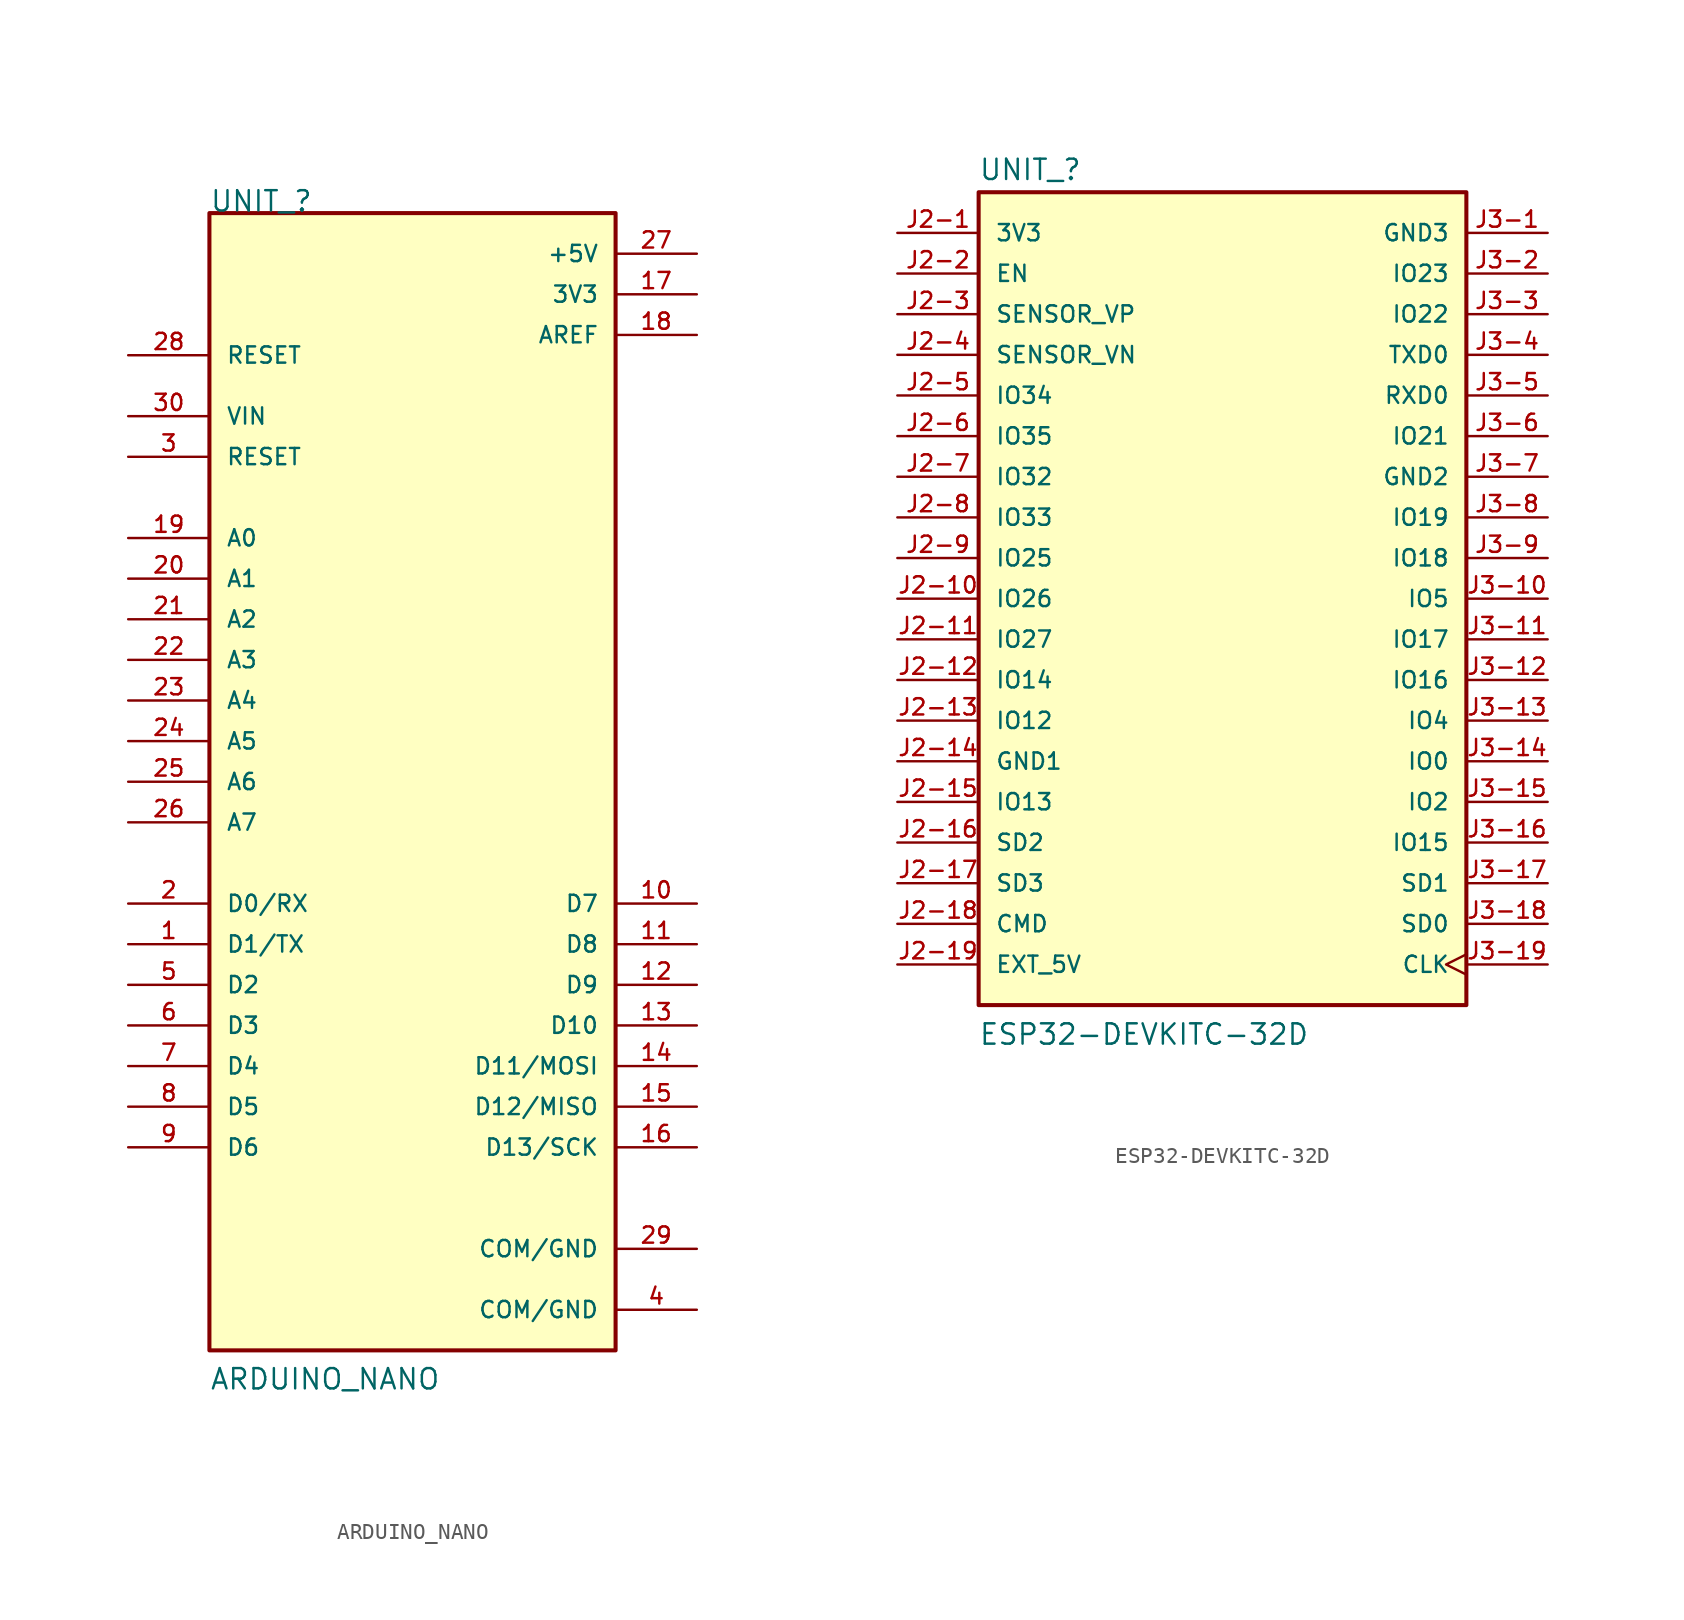
<source format=kicad_sym>
(kicad_symbol_lib
  (version 20231120)
  (generator "kicad_symbol_editor")
  (generator_version "8.0")
  (symbol "ARDUINO_NANO"
    (pin_names
      (offset 1.016))
    (property "Reference" "UNIT_"
      (at -12.7 35.56 0)
      (effects (font (size 1.27 1.27)) (justify left bottom)))
    (property "Value" "ARDUINO_NANO"
      (at -12.7 -38.1 0)
      (effects (font (size 1.27 1.27)) (justify left bottom)))
    (symbol "ARDUINO_NANO_0_0"
      (rectangle (start -12.7 35.56) (end 12.7 -35.56) (stroke (width 0.254) (type default)) (fill (type background)))
      (pin bidirectional line (at -17.78 -10.16 0) (length 5.08) (name "D1/TX" (effects (font (size 1.016 1.016)))) (number "1" (effects (font (size 1.016 1.016)))))
      (pin bidirectional line (at 17.78 -7.62 180) (length 5.08) (name "D7" (effects (font (size 1.016 1.016)))) (number "10" (effects (font (size 1.016 1.016)))))
      (pin bidirectional line (at 17.78 -10.16 180) (length 5.08) (name "D8" (effects (font (size 1.016 1.016)))) (number "11" (effects (font (size 1.016 1.016)))))
      (pin bidirectional line (at 17.78 -12.7 180) (length 5.08) (name "D9" (effects (font (size 1.016 1.016)))) (number "12" (effects (font (size 1.016 1.016)))))
      (pin bidirectional line (at 17.78 -15.24 180) (length 5.08) (name "D10" (effects (font (size 1.016 1.016)))) (number "13" (effects (font (size 1.016 1.016)))))
      (pin bidirectional line (at 17.78 -17.78 180) (length 5.08) (name "D11/MOSI" (effects (font (size 1.016 1.016)))) (number "14" (effects (font (size 1.016 1.016)))))
      (pin bidirectional line (at 17.78 -20.32 180) (length 5.08) (name "D12/MISO" (effects (font (size 1.016 1.016)))) (number "15" (effects (font (size 1.016 1.016)))))
      (pin bidirectional line (at 17.78 -22.86 180) (length 5.08) (name "D13/SCK" (effects (font (size 1.016 1.016)))) (number "16" (effects (font (size 1.016 1.016)))))
      (pin power_in line (at 17.78 30.48 180) (length 5.08) (name "3V3" (effects (font (size 1.016 1.016)))) (number "17" (effects (font (size 1.016 1.016)))))
      (pin power_in line (at 17.78 27.94 180) (length 5.08) (name "AREF" (effects (font (size 1.016 1.016)))) (number "18" (effects (font (size 1.016 1.016)))))
      (pin input line (at -17.78 15.24 0) (length 5.08) (name "A0" (effects (font (size 1.016 1.016)))) (number "19" (effects (font (size 1.016 1.016)))))
      (pin bidirectional line (at -17.78 -7.62 0) (length 5.08) (name "D0/RX" (effects (font (size 1.016 1.016)))) (number "2" (effects (font (size 1.016 1.016)))))
      (pin input line (at -17.78 12.7 0) (length 5.08) (name "A1" (effects (font (size 1.016 1.016)))) (number "20" (effects (font (size 1.016 1.016)))))
      (pin input line (at -17.78 10.16 0) (length 5.08) (name "A2" (effects (font (size 1.016 1.016)))) (number "21" (effects (font (size 1.016 1.016)))))
      (pin input line (at -17.78 7.62 0) (length 5.08) (name "A3" (effects (font (size 1.016 1.016)))) (number "22" (effects (font (size 1.016 1.016)))))
      (pin input line (at -17.78 5.08 0) (length 5.08) (name "A4" (effects (font (size 1.016 1.016)))) (number "23" (effects (font (size 1.016 1.016)))))
      (pin input line (at -17.78 2.54 0) (length 5.08) (name "A5" (effects (font (size 1.016 1.016)))) (number "24" (effects (font (size 1.016 1.016)))))
      (pin input line (at -17.78 0 0) (length 5.08) (name "A6" (effects (font (size 1.016 1.016)))) (number "25" (effects (font (size 1.016 1.016)))))
      (pin input line (at -17.78 -2.54 0) (length 5.08) (name "A7" (effects (font (size 1.016 1.016)))) (number "26" (effects (font (size 1.016 1.016)))))
      (pin power_in line (at 17.78 33.02 180) (length 5.08) (name "+5V" (effects (font (size 1.016 1.016)))) (number "27" (effects (font (size 1.016 1.016)))))
      (pin input line (at -17.78 26.67 0) (length 5.08) (name "RESET" (effects (font (size 1.016 1.016)))) (number "28" (effects (font (size 1.016 1.016)))))
      (pin power_in line (at 17.78 -29.21 180) (length 5.08) (name "COM/GND" (effects (font (size 1.016 1.016)))) (number "29" (effects (font (size 1.016 1.016)))))
      (pin input line (at -17.78 20.32 0) (length 5.08) (name "RESET" (effects (font (size 1.016 1.016)))) (number "3" (effects (font (size 1.016 1.016)))))
      (pin input line (at -17.78 22.86 0) (length 5.08) (name "VIN" (effects (font (size 1.016 1.016)))) (number "30" (effects (font (size 1.016 1.016)))))
      (pin power_in line (at 17.78 -33.02 180) (length 5.08) (name "COM/GND" (effects (font (size 1.016 1.016)))) (number "4" (effects (font (size 1.016 1.016)))))
      (pin bidirectional line (at -17.78 -12.7 0) (length 5.08) (name "D2" (effects (font (size 1.016 1.016)))) (number "5" (effects (font (size 1.016 1.016)))))
      (pin bidirectional line (at -17.78 -15.24 0) (length 5.08) (name "D3" (effects (font (size 1.016 1.016)))) (number "6" (effects (font (size 1.016 1.016)))))
      (pin bidirectional line (at -17.78 -17.78 0) (length 5.08) (name "D4" (effects (font (size 1.016 1.016)))) (number "7" (effects (font (size 1.016 1.016)))))
      (pin bidirectional line (at -17.78 -20.32 0) (length 5.08) (name "D5" (effects (font (size 1.016 1.016)))) (number "8" (effects (font (size 1.016 1.016)))))
      (pin bidirectional line (at -17.78 -22.86 0) (length 5.08) (name "D6" (effects (font (size 1.016 1.016)))) (number "9" (effects (font (size 1.016 1.016)))))))
  (symbol "ESP32-DEVKITC-32D"
    (pin_names
      (offset 1.016))
    (property "Reference" "UNIT_"
      (at -15.257 26.064 0)
      (effects (font (size 1.27 1.27)) (justify left bottom)))
    (property "Value" "ESP32-DEVKITC-32D"
      (at -15.256 -27.97 0)
      (effects (font (size 1.27 1.27)) (justify left bottom)))
    (symbol "ESP32-DEVKITC-32D_0_0"
      (rectangle (start -15.24 25.4) (end 15.24 -25.4) (stroke (width 0.254) (type default)) (fill (type background)))
      (pin power_in line (at -20.32 22.86 0) (length 5.08) (name "3V3" (effects (font (size 1.016 1.016)))) (number "J2-1" (effects (font (size 1.016 1.016)))))
      (pin bidirectional line (at -20.32 0 0) (length 5.08) (name "IO26" (effects (font (size 1.016 1.016)))) (number "J2-10" (effects (font (size 1.016 1.016)))))
      (pin bidirectional line (at -20.32 -2.54 0) (length 5.08) (name "IO27" (effects (font (size 1.016 1.016)))) (number "J2-11" (effects (font (size 1.016 1.016)))))
      (pin bidirectional line (at -20.32 -5.08 0) (length 5.08) (name "IO14" (effects (font (size 1.016 1.016)))) (number "J2-12" (effects (font (size 1.016 1.016)))))
      (pin bidirectional line (at -20.32 -7.62 0) (length 5.08) (name "IO12" (effects (font (size 1.016 1.016)))) (number "J2-13" (effects (font (size 1.016 1.016)))))
      (pin power_in line (at -20.32 -10.16 0) (length 5.08) (name "GND1" (effects (font (size 1.016 1.016)))) (number "J2-14" (effects (font (size 1.016 1.016)))))
      (pin bidirectional line (at -20.32 -12.7 0) (length 5.08) (name "IO13" (effects (font (size 1.016 1.016)))) (number "J2-15" (effects (font (size 1.016 1.016)))))
      (pin bidirectional line (at -20.32 -15.24 0) (length 5.08) (name "SD2" (effects (font (size 1.016 1.016)))) (number "J2-16" (effects (font (size 1.016 1.016)))))
      (pin bidirectional line (at -20.32 -17.78 0) (length 5.08) (name "SD3" (effects (font (size 1.016 1.016)))) (number "J2-17" (effects (font (size 1.016 1.016)))))
      (pin bidirectional line (at -20.32 -20.32 0) (length 5.08) (name "CMD" (effects (font (size 1.016 1.016)))) (number "J2-18" (effects (font (size 1.016 1.016)))))
      (pin power_in line (at -20.32 -22.86 0) (length 5.08) (name "EXT_5V" (effects (font (size 1.016 1.016)))) (number "J2-19" (effects (font (size 1.016 1.016)))))
      (pin input line (at -20.32 20.32 0) (length 5.08) (name "EN" (effects (font (size 1.016 1.016)))) (number "J2-2" (effects (font (size 1.016 1.016)))))
      (pin input line (at -20.32 17.78 0) (length 5.08) (name "SENSOR_VP" (effects (font (size 1.016 1.016)))) (number "J2-3" (effects (font (size 1.016 1.016)))))
      (pin input line (at -20.32 15.24 0) (length 5.08) (name "SENSOR_VN" (effects (font (size 1.016 1.016)))) (number "J2-4" (effects (font (size 1.016 1.016)))))
      (pin bidirectional line (at -20.32 12.7 0) (length 5.08) (name "IO34" (effects (font (size 1.016 1.016)))) (number "J2-5" (effects (font (size 1.016 1.016)))))
      (pin bidirectional line (at -20.32 10.16 0) (length 5.08) (name "IO35" (effects (font (size 1.016 1.016)))) (number "J2-6" (effects (font (size 1.016 1.016)))))
      (pin bidirectional line (at -20.32 7.62 0) (length 5.08) (name "IO32" (effects (font (size 1.016 1.016)))) (number "J2-7" (effects (font (size 1.016 1.016)))))
      (pin bidirectional line (at -20.32 5.08 0) (length 5.08) (name "IO33" (effects (font (size 1.016 1.016)))) (number "J2-8" (effects (font (size 1.016 1.016)))))
      (pin bidirectional line (at -20.32 2.54 0) (length 5.08) (name "IO25" (effects (font (size 1.016 1.016)))) (number "J2-9" (effects (font (size 1.016 1.016)))))
      (pin power_in line (at 20.32 22.86 180) (length 5.08) (name "GND3" (effects (font (size 1.016 1.016)))) (number "J3-1" (effects (font (size 1.016 1.016)))))
      (pin bidirectional line (at 20.32 0 180) (length 5.08) (name "IO5" (effects (font (size 1.016 1.016)))) (number "J3-10" (effects (font (size 1.016 1.016)))))
      (pin bidirectional line (at 20.32 -2.54 180) (length 5.08) (name "IO17" (effects (font (size 1.016 1.016)))) (number "J3-11" (effects (font (size 1.016 1.016)))))
      (pin bidirectional line (at 20.32 -5.08 180) (length 5.08) (name "IO16" (effects (font (size 1.016 1.016)))) (number "J3-12" (effects (font (size 1.016 1.016)))))
      (pin bidirectional line (at 20.32 -7.62 180) (length 5.08) (name "IO4" (effects (font (size 1.016 1.016)))) (number "J3-13" (effects (font (size 1.016 1.016)))))
      (pin bidirectional line (at 20.32 -10.16 180) (length 5.08) (name "IO0" (effects (font (size 1.016 1.016)))) (number "J3-14" (effects (font (size 1.016 1.016)))))
      (pin bidirectional line (at 20.32 -12.7 180) (length 5.08) (name "IO2" (effects (font (size 1.016 1.016)))) (number "J3-15" (effects (font (size 1.016 1.016)))))
      (pin bidirectional line (at 20.32 -15.24 180) (length 5.08) (name "IO15" (effects (font (size 1.016 1.016)))) (number "J3-16" (effects (font (size 1.016 1.016)))))
      (pin bidirectional line (at 20.32 -17.78 180) (length 5.08) (name "SD1" (effects (font (size 1.016 1.016)))) (number "J3-17" (effects (font (size 1.016 1.016)))))
      (pin bidirectional line (at 20.32 -20.32 180) (length 5.08) (name "SD0" (effects (font (size 1.016 1.016)))) (number "J3-18" (effects (font (size 1.016 1.016)))))
      (pin input clock (at 20.32 -22.86 180) (length 5.08) (name "CLK" (effects (font (size 1.016 1.016)))) (number "J3-19" (effects (font (size 1.016 1.016)))))
      (pin bidirectional line (at 20.32 20.32 180) (length 5.08) (name "IO23" (effects (font (size 1.016 1.016)))) (number "J3-2" (effects (font (size 1.016 1.016)))))
      (pin bidirectional line (at 20.32 17.78 180) (length 5.08) (name "IO22" (effects (font (size 1.016 1.016)))) (number "J3-3" (effects (font (size 1.016 1.016)))))
      (pin output line (at 20.32 15.24 180) (length 5.08) (name "TXD0" (effects (font (size 1.016 1.016)))) (number "J3-4" (effects (font (size 1.016 1.016)))))
      (pin input line (at 20.32 12.7 180) (length 5.08) (name "RXD0" (effects (font (size 1.016 1.016)))) (number "J3-5" (effects (font (size 1.016 1.016)))))
      (pin bidirectional line (at 20.32 10.16 180) (length 5.08) (name "IO21" (effects (font (size 1.016 1.016)))) (number "J3-6" (effects (font (size 1.016 1.016)))))
      (pin power_in line (at 20.32 7.62 180) (length 5.08) (name "GND2" (effects (font (size 1.016 1.016)))) (number "J3-7" (effects (font (size 1.016 1.016)))))
      (pin bidirectional line (at 20.32 5.08 180) (length 5.08) (name "IO19" (effects (font (size 1.016 1.016)))) (number "J3-8" (effects (font (size 1.016 1.016)))))
      (pin bidirectional line (at 20.32 2.54 180) (length 5.08) (name "IO18" (effects (font (size 1.016 1.016)))) (number "J3-9" (effects (font (size 1.016 1.016))))))))
</source>
